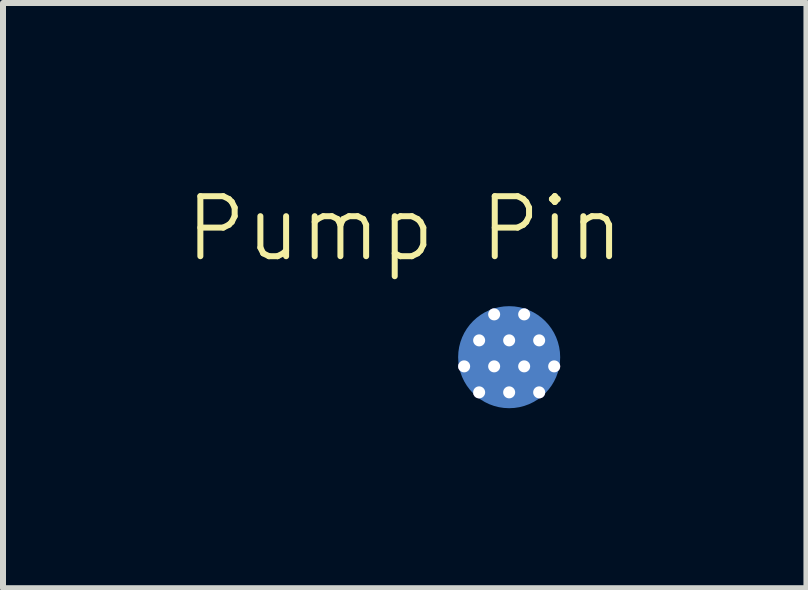
<source format=kicad_pcb>
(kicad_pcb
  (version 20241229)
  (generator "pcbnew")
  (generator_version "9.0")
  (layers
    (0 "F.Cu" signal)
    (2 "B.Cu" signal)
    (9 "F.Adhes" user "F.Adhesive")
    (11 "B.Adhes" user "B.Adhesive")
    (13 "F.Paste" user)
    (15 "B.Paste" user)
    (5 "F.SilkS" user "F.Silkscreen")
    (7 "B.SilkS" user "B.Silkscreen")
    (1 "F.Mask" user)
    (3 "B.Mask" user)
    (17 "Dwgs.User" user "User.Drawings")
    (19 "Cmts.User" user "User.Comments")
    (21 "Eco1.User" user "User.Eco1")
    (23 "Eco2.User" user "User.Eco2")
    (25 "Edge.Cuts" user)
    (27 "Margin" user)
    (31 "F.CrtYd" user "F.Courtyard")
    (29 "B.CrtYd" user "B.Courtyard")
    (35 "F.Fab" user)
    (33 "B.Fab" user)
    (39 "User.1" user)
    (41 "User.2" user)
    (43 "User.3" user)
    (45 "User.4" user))
  (footprint "Pump Pin"
    (layer "F.Cu")
    (at 5.433 2.901)
    (property "Reference" "Pump Pin" (at -1.74 -2.14 0) (unlocked yes) (layer "F.SilkS") (effects (font (size 1 1) (thickness 0.1))))
    (attr smd)
    (pad "1" thru_hole circle (at -0.75 0.153) (size 0.2 0.2) (drill 0.2) (layers "*.Cu" "*.Mask"))
    (pad "1" thru_hole circle (at -0.5 -0.28) (size 0.2 0.2) (drill 0.2) (layers "*.Cu" "*.Mask"))
    (pad "1" thru_hole circle (at -0.5 0.586) (size 0.2 0.2) (drill 0.2) (layers "*.Cu" "*.Mask"))
    (pad "1" thru_hole circle (at -0.25 -0.713) (size 0.2 0.2) (drill 0.2) (layers "*.Cu" "*.Mask"))
    (pad "1" thru_hole circle (at -0.25 0.153) (size 0.2 0.2) (drill 0.2) (layers "*.Cu" "*.Mask"))
    (pad "1" thru_hole circle (at 0 -0.28) (size 0.2 0.2) (drill 0.2) (layers "*.Cu" "*.Mask"))
    (pad "1" smd circle (at 0 0) (size 1.7 1.7) (layers "B.Cu" "B.Mask"))
    (pad "1" thru_hole circle (at 0 0.586) (size 0.2 0.2) (drill 0.2) (layers "*.Cu" "*.Mask"))
    (pad "1" thru_hole circle (at 0.25 -0.713) (size 0.2 0.2) (drill 0.2) (layers "*.Cu" "*.Mask"))
    (pad "1" thru_hole circle (at 0.25 0.153) (size 0.2 0.2) (drill 0.2) (layers "*.Cu" "*.Mask"))
    (pad "1" thru_hole circle (at 0.5 -0.28) (size 0.2 0.2) (drill 0.2) (layers "*.Cu" "*.Mask"))
    (pad "1" thru_hole circle (at 0.5 0.586) (size 0.2 0.2) (drill 0.2) (layers "*.Cu" "*.Mask"))
    (pad "1" thru_hole circle (at 0.75 0.153) (size 0.2 0.2) (drill 0.2) (layers "*.Cu" "*.Mask")))
  (gr_rect
    (start -3 -3)
    (end 10.386 6.75)
    (stroke (width 0.1) (type default))
    (fill no)
    (layer "Edge.Cuts")))
</source>
